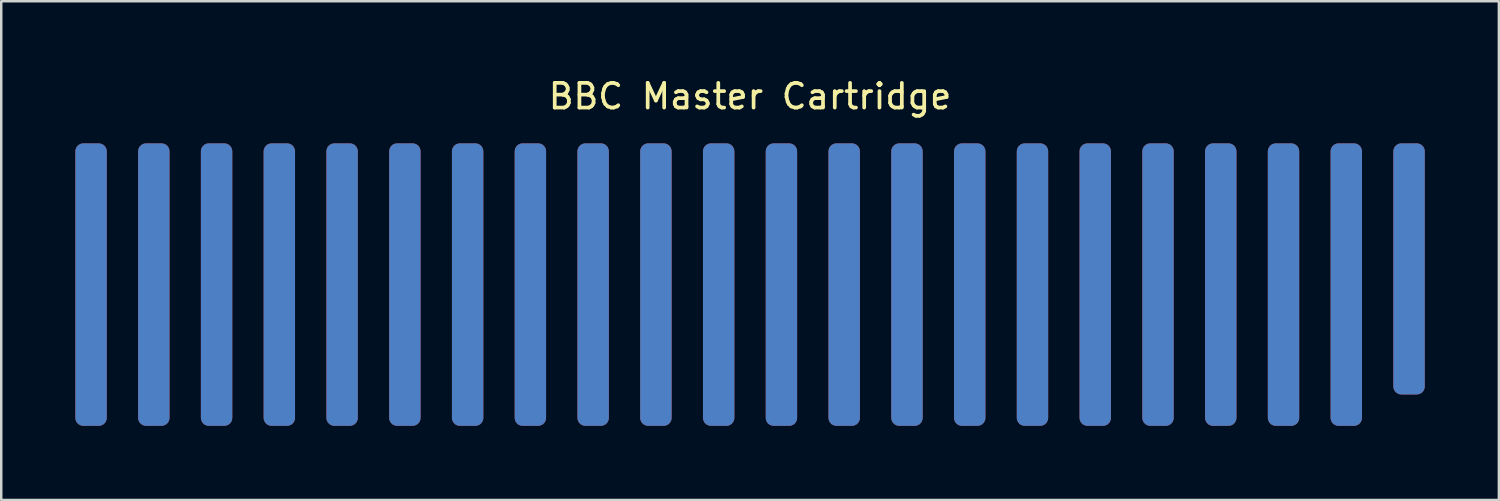
<source format=kicad_pcb>
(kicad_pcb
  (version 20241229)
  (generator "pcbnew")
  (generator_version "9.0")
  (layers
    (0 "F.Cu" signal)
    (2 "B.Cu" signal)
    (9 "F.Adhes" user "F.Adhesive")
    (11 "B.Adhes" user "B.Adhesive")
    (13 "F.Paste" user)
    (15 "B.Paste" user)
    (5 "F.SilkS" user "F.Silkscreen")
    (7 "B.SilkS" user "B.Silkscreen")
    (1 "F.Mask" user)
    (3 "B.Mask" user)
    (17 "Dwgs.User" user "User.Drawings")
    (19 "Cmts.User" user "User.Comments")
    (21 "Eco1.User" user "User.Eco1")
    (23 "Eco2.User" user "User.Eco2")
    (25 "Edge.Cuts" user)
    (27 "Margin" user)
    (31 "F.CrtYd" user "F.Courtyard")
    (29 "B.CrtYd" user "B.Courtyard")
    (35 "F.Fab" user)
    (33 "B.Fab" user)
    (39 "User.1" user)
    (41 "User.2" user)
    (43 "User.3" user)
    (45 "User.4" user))
  (footprint "BBC Master Cartridge"
    (layer "F.Cu")
    (at 27.305 2.436)
    (property "Reference" "BBC Master Cartridge" (at 0 -1.587 0) (layer "F.SilkS") (effects (font (size 1 1) (thickness 0.15))))
    (attr through_hole)
    (pad "a1" connect roundrect (at 26.67 5.397) (size 1.27 10.16) (layers "B.Cu" "B.Mask") (roundrect_rratio 0.25))
    (pad "a2" connect roundrect (at 24.13 6.032) (size 1.27 11.43) (layers "B.Cu" "B.Mask") (roundrect_rratio 0.25))
    (pad "a3" connect roundrect (at 21.59 6.032) (size 1.27 11.43) (layers "B.Cu" "B.Mask") (roundrect_rratio 0.25))
    (pad "a4" connect roundrect (at 19.05 6.032) (size 1.27 11.43) (layers "B.Cu" "B.Mask") (roundrect_rratio 0.25))
    (pad "a5" connect roundrect (at 16.51 6.032) (size 1.27 11.43) (layers "B.Cu" "B.Mask") (roundrect_rratio 0.25))
    (pad "a6" connect roundrect (at 13.97 6.032) (size 1.27 11.43) (layers "B.Cu" "B.Mask") (roundrect_rratio 0.25))
    (pad "a7" connect roundrect (at 11.43 6.032) (size 1.27 11.43) (layers "B.Cu" "B.Mask") (roundrect_rratio 0.25))
    (pad "a8" connect roundrect (at 8.89 6.032) (size 1.27 11.43) (layers "B.Cu" "B.Mask") (roundrect_rratio 0.25))
    (pad "a9" connect roundrect (at 6.35 6.032) (size 1.27 11.43) (layers "B.Cu" "B.Mask") (roundrect_rratio 0.25))
    (pad "a10" connect roundrect (at 3.81 6.032) (size 1.27 11.43) (layers "B.Cu" "B.Mask") (roundrect_rratio 0.25))
    (pad "a11" connect roundrect (at 1.27 6.032) (size 1.27 11.43) (layers "B.Cu" "B.Mask") (roundrect_rratio 0.25))
    (pad "a12" connect roundrect (at -1.27 6.032) (size 1.27 11.43) (layers "B.Cu" "B.Mask") (roundrect_rratio 0.25))
    (pad "a13" connect roundrect (at -3.81 6.032) (size 1.27 11.43) (layers "B.Cu" "B.Mask") (roundrect_rratio 0.25))
    (pad "a14" connect roundrect (at -6.35 6.032) (size 1.27 11.43) (layers "B.Cu" "B.Mask") (roundrect_rratio 0.25))
    (pad "a15" connect roundrect (at -8.89 6.032) (size 1.27 11.43) (layers "B.Cu" "B.Mask") (roundrect_rratio 0.25))
    (pad "a16" connect roundrect (at -11.43 6.032) (size 1.27 11.43) (layers "B.Cu" "B.Mask") (roundrect_rratio 0.25))
    (pad "a17" connect roundrect (at -13.97 6.032) (size 1.27 11.43) (layers "B.Cu" "B.Mask") (roundrect_rratio 0.25))
    (pad "a18" connect roundrect (at -16.51 6.032) (size 1.27 11.43) (layers "B.Cu" "B.Mask") (roundrect_rratio 0.25))
    (pad "a19" connect roundrect (at -19.05 6.032) (size 1.27 11.43) (layers "B.Cu" "B.Mask") (roundrect_rratio 0.25))
    (pad "a20" connect roundrect (at -21.59 6.032) (size 1.27 11.43) (layers "B.Cu" "B.Mask") (roundrect_rratio 0.25))
    (pad "a21" connect roundrect (at -24.13 6.032) (size 1.27 11.43) (layers "B.Cu" "B.Mask") (roundrect_rratio 0.25))
    (pad "a22" connect roundrect (at -26.67 6.032) (size 1.27 11.43) (layers "B.Cu" "B.Mask") (roundrect_rratio 0.25))
    (pad "b1" connect roundrect (at 26.67 5.397) (size 1.27 10.16) (layers "F.Cu" "F.Mask") (roundrect_rratio 0.25))
    (pad "b2" connect roundrect (at 24.13 6.032) (size 1.27 11.43) (layers "F.Cu" "F.Mask") (roundrect_rratio 0.25))
    (pad "b3" connect roundrect (at 21.59 6.032) (size 1.27 11.43) (layers "F.Cu" "F.Mask") (roundrect_rratio 0.25))
    (pad "b4" connect roundrect (at 19.05 6.032) (size 1.27 11.43) (layers "F.Cu" "F.Mask") (roundrect_rratio 0.25))
    (pad "b5" connect roundrect (at 16.51 6.032) (size 1.27 11.43) (layers "F.Cu" "F.Mask") (roundrect_rratio 0.25))
    (pad "b6" connect roundrect (at 13.97 6.032) (size 1.27 11.43) (layers "F.Cu" "F.Mask") (roundrect_rratio 0.25))
    (pad "b7" connect roundrect (at 11.43 6.032) (size 1.27 11.43) (layers "F.Cu" "F.Mask") (roundrect_rratio 0.25))
    (pad "b8" connect roundrect (at 8.89 6.032) (size 1.27 11.43) (layers "F.Cu" "F.Mask") (roundrect_rratio 0.25))
    (pad "b9" connect roundrect (at 6.35 6.032) (size 1.27 11.43) (layers "F.Cu" "F.Mask") (roundrect_rratio 0.25))
    (pad "b10" connect roundrect (at 3.81 6.032) (size 1.27 11.43) (layers "F.Cu" "F.Mask") (roundrect_rratio 0.25))
    (pad "b11" connect roundrect (at 1.27 6.032) (size 1.27 11.43) (layers "F.Cu" "F.Mask") (roundrect_rratio 0.25))
    (pad "b12" connect roundrect (at -1.27 6.032) (size 1.27 11.43) (layers "F.Cu" "F.Mask") (roundrect_rratio 0.25))
    (pad "b13" connect roundrect (at -3.81 6.032) (size 1.27 11.43) (layers "F.Cu" "F.Mask") (roundrect_rratio 0.25))
    (pad "b14" connect roundrect (at -6.35 6.032) (size 1.27 11.43) (layers "F.Cu" "F.Mask") (roundrect_rratio 0.25))
    (pad "b15" connect roundrect (at -8.89 6.032) (size 1.27 11.43) (layers "F.Cu" "F.Mask") (roundrect_rratio 0.25))
    (pad "b16" connect roundrect (at -11.43 6.032) (size 1.27 11.43) (layers "F.Cu" "F.Mask") (roundrect_rratio 0.25))
    (pad "b17" connect roundrect (at -13.97 6.032) (size 1.27 11.43) (layers "F.Cu" "F.Mask") (roundrect_rratio 0.25))
    (pad "b18" connect roundrect (at -16.51 6.032) (size 1.27 11.43) (layers "F.Cu" "F.Mask") (roundrect_rratio 0.25))
    (pad "b19" connect roundrect (at -19.05 6.032) (size 1.27 11.43) (layers "F.Cu" "F.Mask") (roundrect_rratio 0.25))
    (pad "b20" connect roundrect (at -21.59 6.032) (size 1.27 11.43) (layers "F.Cu" "F.Mask") (roundrect_rratio 0.25))
    (pad "b21" connect roundrect (at -24.13 6.032) (size 1.27 11.43) (layers "F.Cu" "F.Mask") (roundrect_rratio 0.25))
    (pad "b22" connect roundrect (at -26.67 6.032) (size 1.27 11.43) (layers "F.Cu" "F.Mask") (roundrect_rratio 0.25)))
  (gr_rect
    (start -3 -3)
    (end 57.61 17.183)
    (stroke (width 0.1) (type default))
    (fill no)
    (layer "Edge.Cuts")))
</source>
